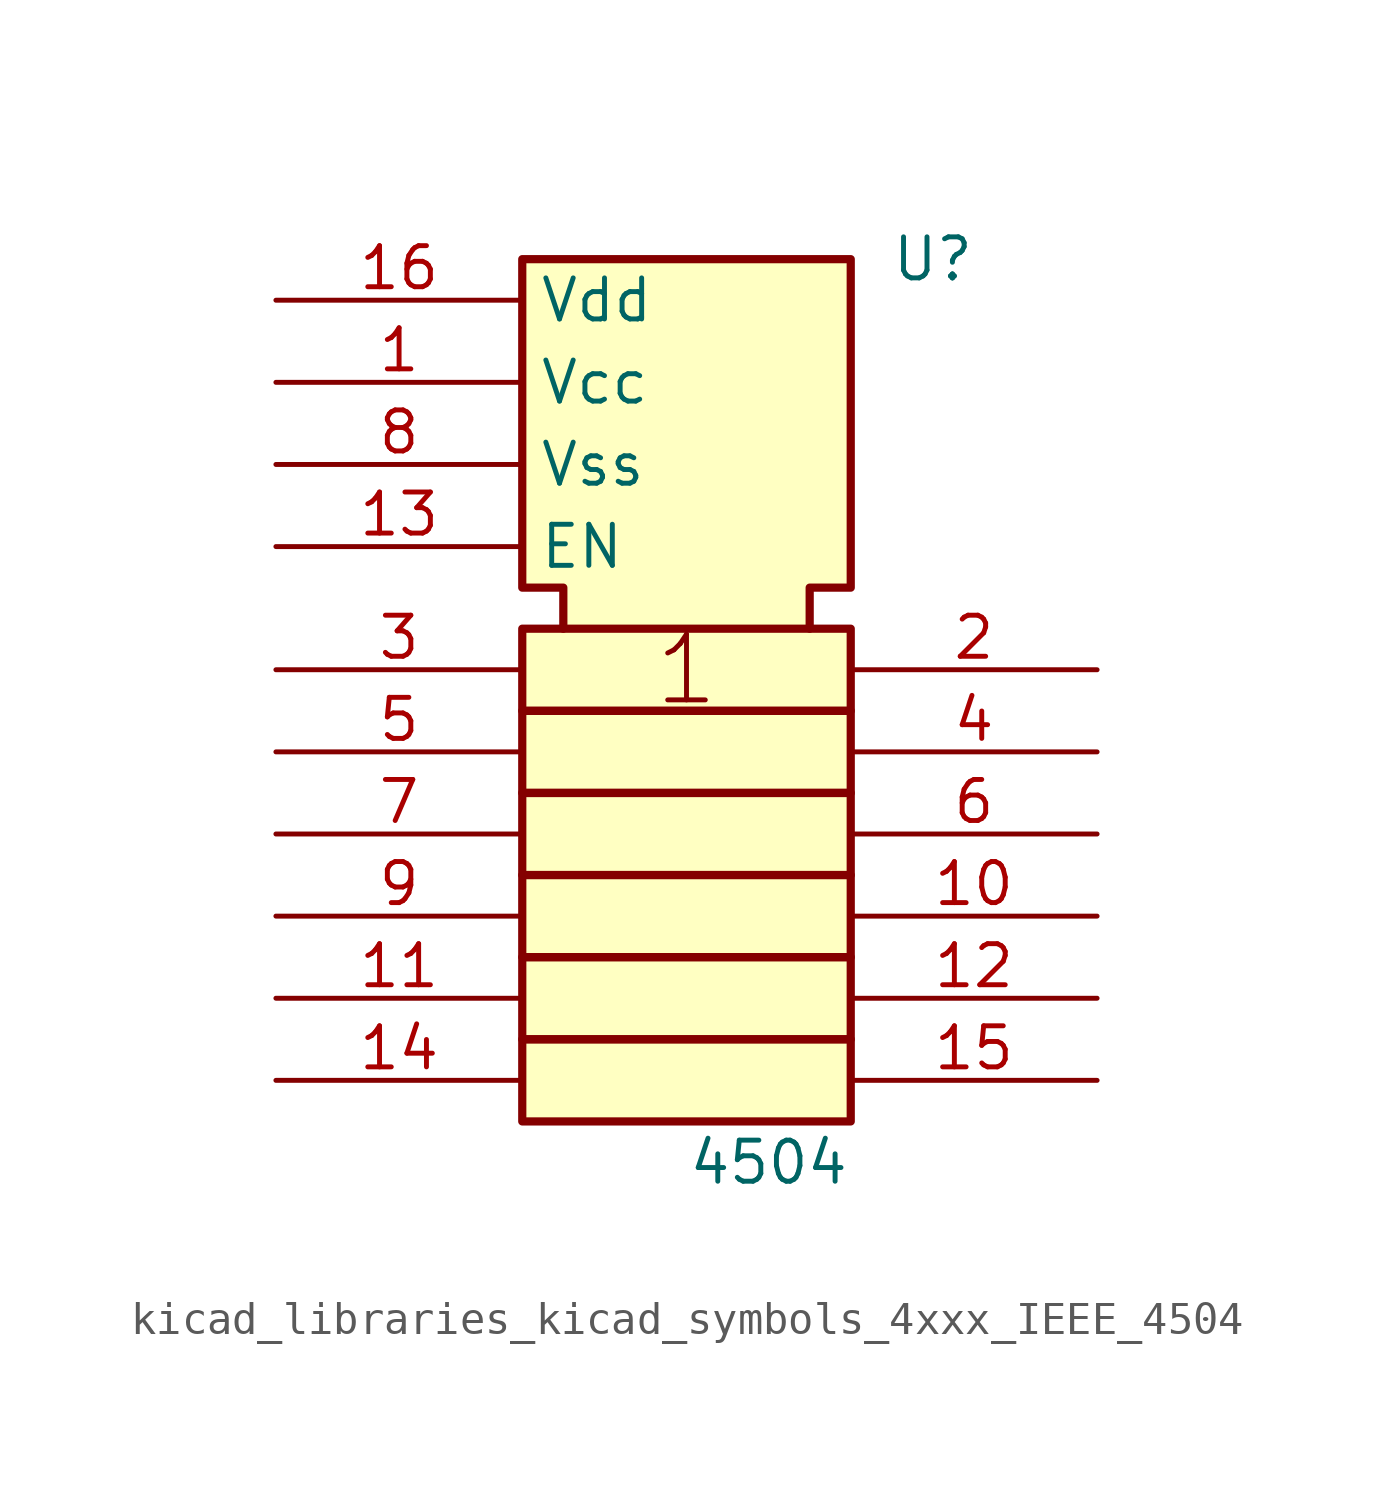
<source format=kicad_sym>
(kicad_symbol_lib
  (version 20220914)
  (generator kicad_symbol_editor)
  (symbol "kicad_libraries_kicad_symbols_4xxx_IEEE_4504"
    (property "Reference" "U"
      (at 7.62 12.7 0)
      (effects (font (size 1.27 1.27))))
    (property "Value" "4504"
      (at 2.54 -15.24 0)
      (effects (font (size 1.27 1.27))))
    (symbol "kicad_libraries_kicad_symbols_4xxx_IEEE_4504_0_0"
      (rectangle (start -5.08 -11.43) (end 5.08 -13.97) (stroke (width 0.254) (type default)) (fill (type background)))
      (rectangle (start -5.08 -8.89) (end 5.08 -11.43) (stroke (width 0.254) (type default)) (fill (type background)))
      (rectangle (start -5.08 -6.35) (end 5.08 -8.89) (stroke (width 0.254) (type default)) (fill (type background)))
      (rectangle (start -5.08 -3.81) (end 5.08 -6.35) (stroke (width 0.254) (type default)) (fill (type background)))
      (rectangle (start -5.08 -1.27) (end 5.08 -3.81) (stroke (width 0.254) (type default)) (fill (type background)))
      (rectangle (start -5.08 1.27) (end 5.08 -1.27) (stroke (width 0.254) (type default)) (fill (type background)))
      (polyline (pts (xy -3.81 1.27) (xy -3.81 2.54) (xy -5.08 2.54) (xy -5.08 12.7) (xy 5.08 12.7) (xy 5.08 2.54) (xy 3.81 2.54) (xy 3.81 1.27) (xy 3.81 1.27)) (stroke (width 0.254) (type default)) (fill (type background)))
      (text "1" (at 0 0 0) (effects (font (size 2.032 2.032)))))
    (symbol "kicad_libraries_kicad_symbols_4xxx_IEEE_4504_1_1"
      (pin power_in line (at -12.7 8.89 0) (length 7.62) (name "Vcc" (effects (font (size 1.27 1.27)))) (number "1" (effects (font (size 1.27 1.27)))))
      (pin output line (at 12.7 -7.62 180) (length 7.62) (name "~" (effects (font (size 1.27 1.27)))) (number "10" (effects (font (size 1.27 1.27)))))
      (pin input line (at -12.7 -10.16 0) (length 7.62) (name "~" (effects (font (size 1.27 1.27)))) (number "11" (effects (font (size 1.27 1.27)))))
      (pin output line (at 12.7 -10.16 180) (length 7.62) (name "~" (effects (font (size 1.27 1.27)))) (number "12" (effects (font (size 1.27 1.27)))))
      (pin input line (at -12.7 3.81 0) (length 7.62) (name "EN" (effects (font (size 1.27 1.27)))) (number "13" (effects (font (size 1.27 1.27)))))
      (pin input line (at -12.7 -12.7 0) (length 7.62) (name "~" (effects (font (size 1.27 1.27)))) (number "14" (effects (font (size 1.27 1.27)))))
      (pin output line (at 12.7 -12.7 180) (length 7.62) (name "~" (effects (font (size 1.27 1.27)))) (number "15" (effects (font (size 1.27 1.27)))))
      (pin power_in line (at -12.7 11.43 0) (length 7.62) (name "Vdd" (effects (font (size 1.27 1.27)))) (number "16" (effects (font (size 1.27 1.27)))))
      (pin output line (at 12.7 0 180) (length 7.62) (name "~" (effects (font (size 1.27 1.27)))) (number "2" (effects (font (size 1.27 1.27)))))
      (pin input line (at -12.7 0 0) (length 7.62) (name "~" (effects (font (size 1.27 1.27)))) (number "3" (effects (font (size 1.27 1.27)))))
      (pin output line (at 12.7 -2.54 180) (length 7.62) (name "~" (effects (font (size 1.27 1.27)))) (number "4" (effects (font (size 1.27 1.27)))))
      (pin input line (at -12.7 -2.54 0) (length 7.62) (name "~" (effects (font (size 1.27 1.27)))) (number "5" (effects (font (size 1.27 1.27)))))
      (pin output line (at 12.7 -5.08 180) (length 7.62) (name "~" (effects (font (size 1.27 1.27)))) (number "6" (effects (font (size 1.27 1.27)))))
      (pin input line (at -12.7 -5.08 0) (length 7.62) (name "~" (effects (font (size 1.27 1.27)))) (number "7" (effects (font (size 1.27 1.27)))))
      (pin power_in line (at -12.7 6.35 0) (length 7.62) (name "Vss" (effects (font (size 1.27 1.27)))) (number "8" (effects (font (size 1.27 1.27)))))
      (pin input line (at -12.7 -7.62 0) (length 7.62) (name "~" (effects (font (size 1.27 1.27)))) (number "9" (effects (font (size 1.27 1.27))))))))
</source>
